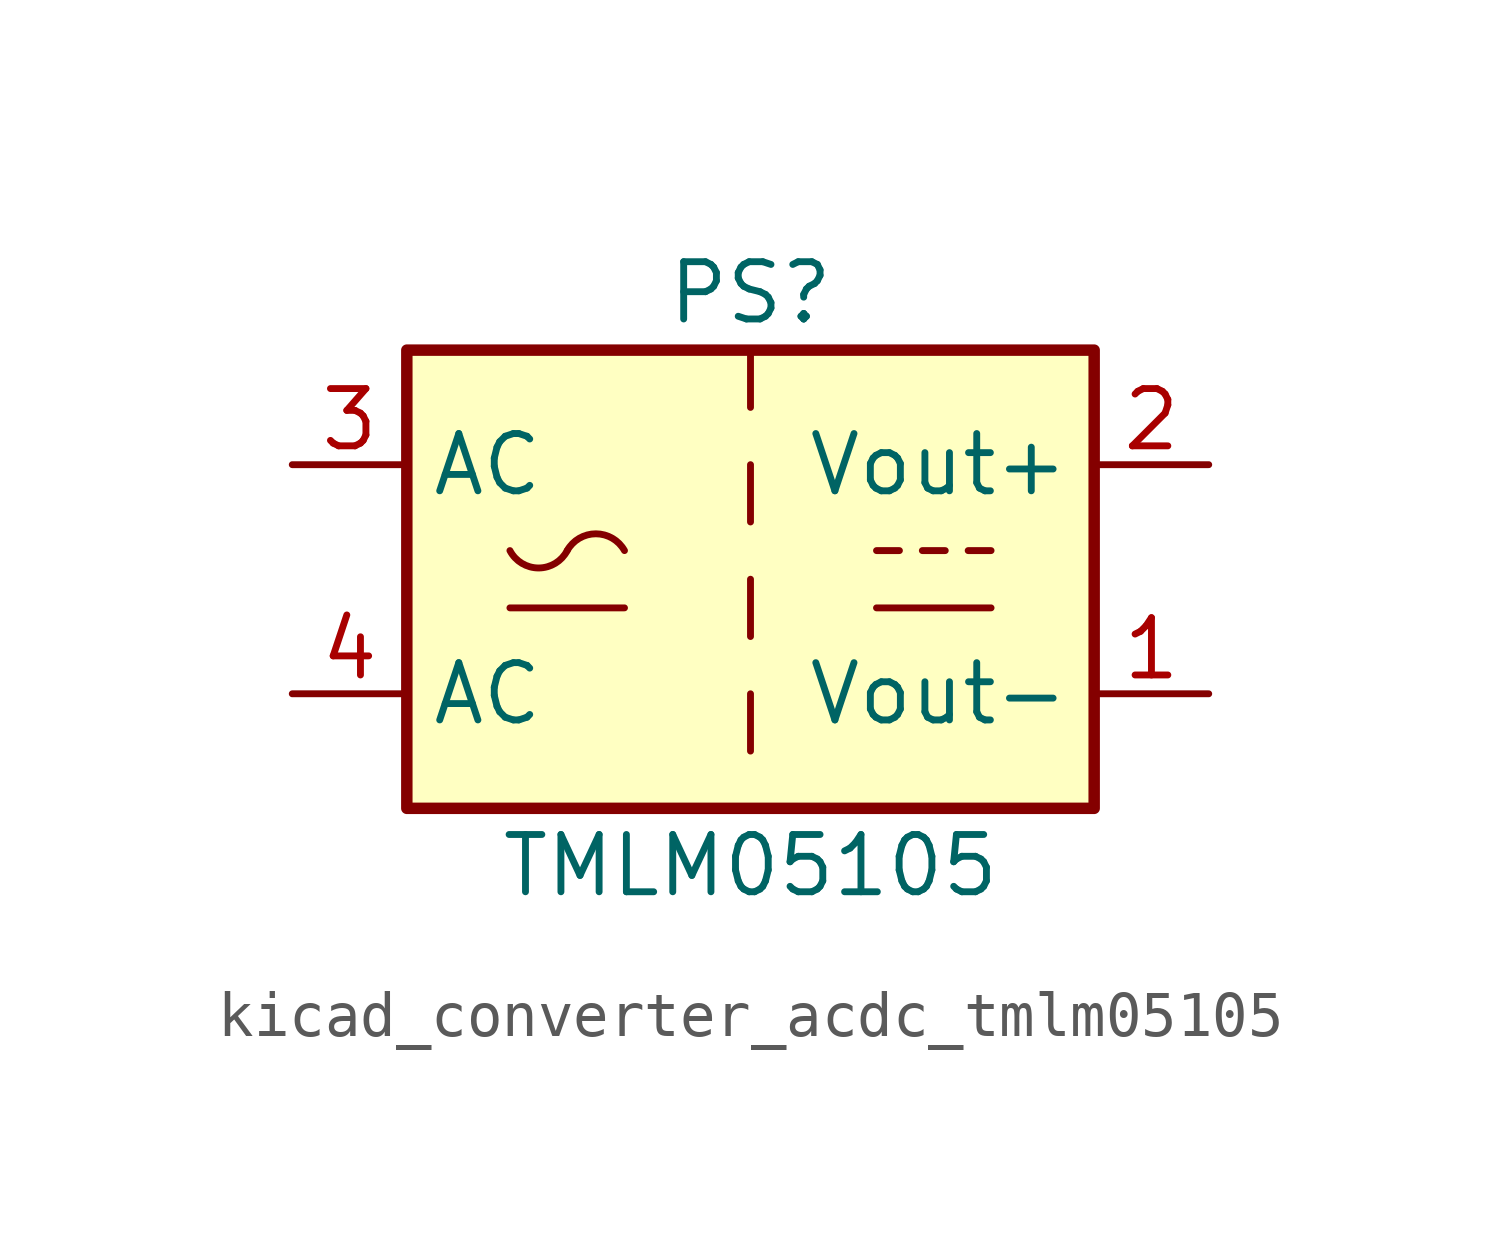
<source format=kicad_sym>
(kicad_symbol_lib
  (version 20220914)
  (generator kicad_symbol_editor)
  (symbol "kicad_converter_acdc_tmlm05105"
    (property "Reference" "PS"
      (at 0 6.35 0)
      (effects (font (size 1.27 1.27))))
    (property "Value" "TMLM05105"
      (at 0 -6.35 0)
      (effects (font (size 1.27 1.27))))
    (symbol "kicad_converter_acdc_tmlm05105_0_1"
      (rectangle (start -7.62 5.08) (end 7.62 -5.08) (stroke (width 0.254) (type default)) (fill (type background)))
      (arc (start -5.334 0.635) (mid -4.699 0.2495) (end -4.064 0.635) (stroke (width 0) (type default)) (fill (type none)))
      (arc (start -2.794 0.635) (mid -3.429 1.0072) (end -4.064 0.635) (stroke (width 0) (type default)) (fill (type none)))
      (polyline (pts (xy -5.334 -0.635) (xy -2.794 -0.635)) (stroke (width 0) (type default)) (fill (type none)))
      (polyline (pts (xy 0 -2.54) (xy 0 -3.81)) (stroke (width 0) (type default)) (fill (type none)))
      (polyline (pts (xy 0 0) (xy 0 -1.27)) (stroke (width 0) (type default)) (fill (type none)))
      (polyline (pts (xy 0 2.54) (xy 0 1.27)) (stroke (width 0) (type default)) (fill (type none)))
      (polyline (pts (xy 0 5.08) (xy 0 3.81)) (stroke (width 0) (type default)) (fill (type none)))
      (polyline (pts (xy 2.794 -0.635) (xy 5.334 -0.635)) (stroke (width 0) (type default)) (fill (type none)))
      (polyline (pts (xy 2.794 0.635) (xy 3.302 0.635)) (stroke (width 0) (type default)) (fill (type none)))
      (polyline (pts (xy 3.81 0.635) (xy 4.318 0.635)) (stroke (width 0) (type default)) (fill (type none)))
      (polyline (pts (xy 4.826 0.635) (xy 5.334 0.635)) (stroke (width 0) (type default)) (fill (type none))))
    (symbol "kicad_converter_acdc_tmlm05105_1_1"
      (pin power_out line (at 10.16 -2.54 180) (length 2.54) (name "Vout-" (effects (font (size 1.27 1.27)))) (number "1" (effects (font (size 1.27 1.27)))))
      (pin power_out line (at 10.16 2.54 180) (length 2.54) (name "Vout+" (effects (font (size 1.27 1.27)))) (number "2" (effects (font (size 1.27 1.27)))))
      (pin power_in line (at -10.16 2.54 0) (length 2.54) (name "AC" (effects (font (size 1.27 1.27)))) (number "3" (effects (font (size 1.27 1.27)))))
      (pin power_in line (at -10.16 -2.54 0) (length 2.54) (name "AC" (effects (font (size 1.27 1.27)))) (number "4" (effects (font (size 1.27 1.27))))))))
</source>
